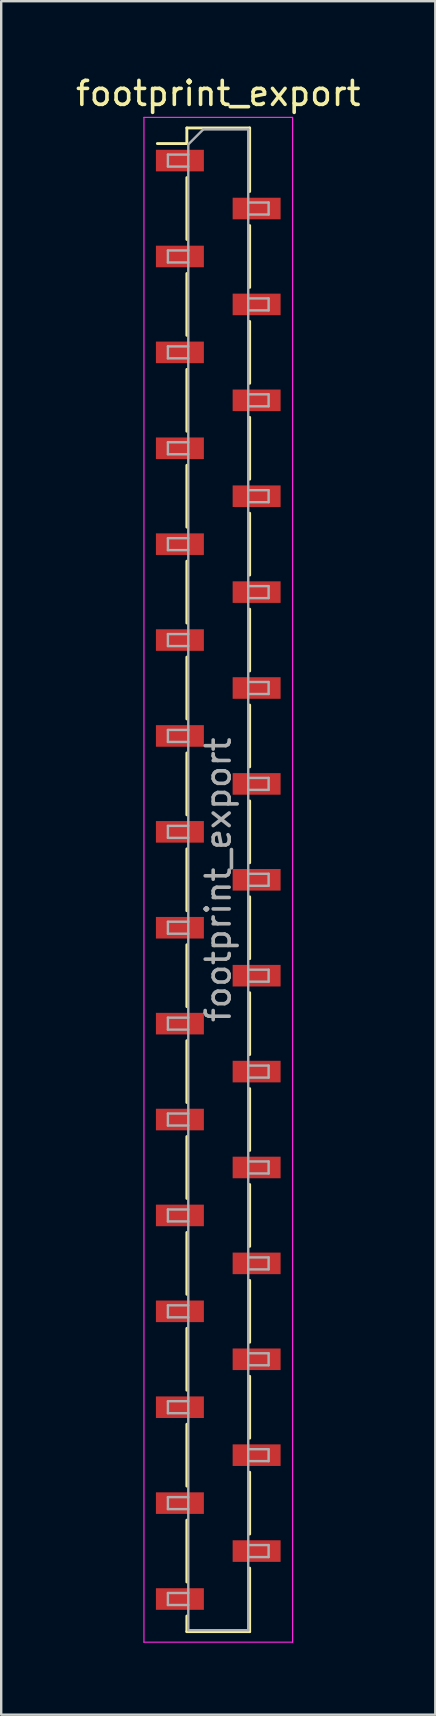
<source format=kicad_pcb>
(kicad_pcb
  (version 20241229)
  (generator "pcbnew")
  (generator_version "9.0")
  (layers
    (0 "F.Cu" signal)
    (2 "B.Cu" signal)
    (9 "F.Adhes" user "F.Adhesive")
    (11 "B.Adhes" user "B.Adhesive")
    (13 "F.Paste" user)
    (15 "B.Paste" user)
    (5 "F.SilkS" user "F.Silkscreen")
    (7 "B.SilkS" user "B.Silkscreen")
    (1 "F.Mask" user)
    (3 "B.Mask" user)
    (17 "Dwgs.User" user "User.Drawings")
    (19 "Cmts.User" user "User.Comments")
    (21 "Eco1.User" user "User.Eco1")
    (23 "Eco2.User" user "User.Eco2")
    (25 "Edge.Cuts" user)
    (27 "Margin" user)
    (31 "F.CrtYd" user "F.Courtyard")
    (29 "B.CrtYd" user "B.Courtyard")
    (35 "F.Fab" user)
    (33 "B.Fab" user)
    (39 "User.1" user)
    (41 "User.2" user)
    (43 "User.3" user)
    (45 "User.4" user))
  (footprint "footprint_export"
    (layer "F.Cu")
    (at 6.054 33.648)
    (property "Reference" "footprint_export" (at 0 -32.8 0) (layer "F.SilkS") (effects (font (size 1 1) (thickness 0.15))))
    (attr smd)
    (fp_line (start -2.54 -30.71) (end -1.31 -30.71) (stroke (width 0.12) (type solid)) (layer "F.SilkS"))
    (fp_line (start -1.31 -31.36) (end -1.31 -30.71) (stroke (width 0.12) (type solid)) (layer "F.SilkS"))
    (fp_line (start -1.31 -31.36) (end 1.31 -31.36) (stroke (width 0.12) (type solid)) (layer "F.SilkS"))
    (fp_line (start -1.31 -29.29) (end -1.31 -26.71) (stroke (width 0.12) (type solid)) (layer "F.SilkS"))
    (fp_line (start -1.31 -25.29) (end -1.31 -22.71) (stroke (width 0.12) (type solid)) (layer "F.SilkS"))
    (fp_line (start -1.31 -21.29) (end -1.31 -18.71) (stroke (width 0.12) (type solid)) (layer "F.SilkS"))
    (fp_line (start -1.31 -17.29) (end -1.31 -14.71) (stroke (width 0.12) (type solid)) (layer "F.SilkS"))
    (fp_line (start -1.31 -13.29) (end -1.31 -10.71) (stroke (width 0.12) (type solid)) (layer "F.SilkS"))
    (fp_line (start -1.31 -9.29) (end -1.31 -6.71) (stroke (width 0.12) (type solid)) (layer "F.SilkS"))
    (fp_line (start -1.31 -5.29) (end -1.31 -2.71) (stroke (width 0.12) (type solid)) (layer "F.SilkS"))
    (fp_line (start -1.31 -1.29) (end -1.31 1.29) (stroke (width 0.12) (type solid)) (layer "F.SilkS"))
    (fp_line (start -1.31 2.71) (end -1.31 5.29) (stroke (width 0.12) (type solid)) (layer "F.SilkS"))
    (fp_line (start -1.31 6.71) (end -1.31 9.29) (stroke (width 0.12) (type solid)) (layer "F.SilkS"))
    (fp_line (start -1.31 10.71) (end -1.31 13.29) (stroke (width 0.12) (type solid)) (layer "F.SilkS"))
    (fp_line (start -1.31 14.71) (end -1.31 17.29) (stroke (width 0.12) (type solid)) (layer "F.SilkS"))
    (fp_line (start -1.31 18.71) (end -1.31 21.29) (stroke (width 0.12) (type solid)) (layer "F.SilkS"))
    (fp_line (start -1.31 22.71) (end -1.31 25.29) (stroke (width 0.12) (type solid)) (layer "F.SilkS"))
    (fp_line (start -1.31 26.71) (end -1.31 29.29) (stroke (width 0.12) (type solid)) (layer "F.SilkS"))
    (fp_line (start -1.31 30.71) (end -1.31 31.36) (stroke (width 0.12) (type solid)) (layer "F.SilkS"))
    (fp_line (start -1.31 31.36) (end 1.31 31.36) (stroke (width 0.12) (type solid)) (layer "F.SilkS"))
    (fp_line (start 1.31 -31.36) (end 1.31 -28.71) (stroke (width 0.12) (type solid)) (layer "F.SilkS"))
    (fp_line (start 1.31 -27.29) (end 1.31 -24.71) (stroke (width 0.12) (type solid)) (layer "F.SilkS"))
    (fp_line (start 1.31 -23.29) (end 1.31 -20.71) (stroke (width 0.12) (type solid)) (layer "F.SilkS"))
    (fp_line (start 1.31 -19.29) (end 1.31 -16.71) (stroke (width 0.12) (type solid)) (layer "F.SilkS"))
    (fp_line (start 1.31 -15.29) (end 1.31 -12.71) (stroke (width 0.12) (type solid)) (layer "F.SilkS"))
    (fp_line (start 1.31 -11.29) (end 1.31 -8.71) (stroke (width 0.12) (type solid)) (layer "F.SilkS"))
    (fp_line (start 1.31 -7.29) (end 1.31 -4.71) (stroke (width 0.12) (type solid)) (layer "F.SilkS"))
    (fp_line (start 1.31 -3.29) (end 1.31 -0.71) (stroke (width 0.12) (type solid)) (layer "F.SilkS"))
    (fp_line (start 1.31 0.71) (end 1.31 3.29) (stroke (width 0.12) (type solid)) (layer "F.SilkS"))
    (fp_line (start 1.31 4.71) (end 1.31 7.29) (stroke (width 0.12) (type solid)) (layer "F.SilkS"))
    (fp_line (start 1.31 8.71) (end 1.31 11.29) (stroke (width 0.12) (type solid)) (layer "F.SilkS"))
    (fp_line (start 1.31 12.71) (end 1.31 15.29) (stroke (width 0.12) (type solid)) (layer "F.SilkS"))
    (fp_line (start 1.31 16.71) (end 1.31 19.29) (stroke (width 0.12) (type solid)) (layer "F.SilkS"))
    (fp_line (start 1.31 20.71) (end 1.31 23.29) (stroke (width 0.12) (type solid)) (layer "F.SilkS"))
    (fp_line (start 1.31 24.71) (end 1.31 27.29) (stroke (width 0.12) (type solid)) (layer "F.SilkS"))
    (fp_line (start 1.31 28.71) (end 1.31 31.36) (stroke (width 0.12) (type solid)) (layer "F.SilkS"))
    (fp_line (start -3.1 -31.8) (end 3.1 -31.8) (stroke (width 0.05) (type solid)) (layer "F.CrtYd"))
    (fp_line (start -3.1 31.8) (end -3.1 -31.8) (stroke (width 0.05) (type solid)) (layer "F.CrtYd"))
    (fp_line (start 3.1 -31.8) (end 3.1 31.8) (stroke (width 0.05) (type solid)) (layer "F.CrtYd"))
    (fp_line (start 3.1 31.8) (end -3.1 31.8) (stroke (width 0.05) (type solid)) (layer "F.CrtYd"))
    (fp_line (start -2.1 -30.25) (end -1.25 -30.25) (stroke (width 0.1) (type solid)) (layer "F.Fab"))
    (fp_line (start -2.1 -29.75) (end -2.1 -30.25) (stroke (width 0.1) (type solid)) (layer "F.Fab"))
    (fp_line (start -2.1 -26.25) (end -1.25 -26.25) (stroke (width 0.1) (type solid)) (layer "F.Fab"))
    (fp_line (start -2.1 -25.75) (end -2.1 -26.25) (stroke (width 0.1) (type solid)) (layer "F.Fab"))
    (fp_line (start -2.1 -22.25) (end -1.25 -22.25) (stroke (width 0.1) (type solid)) (layer "F.Fab"))
    (fp_line (start -2.1 -21.75) (end -2.1 -22.25) (stroke (width 0.1) (type solid)) (layer "F.Fab"))
    (fp_line (start -2.1 -18.25) (end -1.25 -18.25) (stroke (width 0.1) (type solid)) (layer "F.Fab"))
    (fp_line (start -2.1 -17.75) (end -2.1 -18.25) (stroke (width 0.1) (type solid)) (layer "F.Fab"))
    (fp_line (start -2.1 -14.25) (end -1.25 -14.25) (stroke (width 0.1) (type solid)) (layer "F.Fab"))
    (fp_line (start -2.1 -13.75) (end -2.1 -14.25) (stroke (width 0.1) (type solid)) (layer "F.Fab"))
    (fp_line (start -2.1 -10.25) (end -1.25 -10.25) (stroke (width 0.1) (type solid)) (layer "F.Fab"))
    (fp_line (start -2.1 -9.75) (end -2.1 -10.25) (stroke (width 0.1) (type solid)) (layer "F.Fab"))
    (fp_line (start -2.1 -6.25) (end -1.25 -6.25) (stroke (width 0.1) (type solid)) (layer "F.Fab"))
    (fp_line (start -2.1 -5.75) (end -2.1 -6.25) (stroke (width 0.1) (type solid)) (layer "F.Fab"))
    (fp_line (start -2.1 -2.25) (end -1.25 -2.25) (stroke (width 0.1) (type solid)) (layer "F.Fab"))
    (fp_line (start -2.1 -1.75) (end -2.1 -2.25) (stroke (width 0.1) (type solid)) (layer "F.Fab"))
    (fp_line (start -2.1 1.75) (end -1.25 1.75) (stroke (width 0.1) (type solid)) (layer "F.Fab"))
    (fp_line (start -2.1 2.25) (end -2.1 1.75) (stroke (width 0.1) (type solid)) (layer "F.Fab"))
    (fp_line (start -2.1 5.75) (end -1.25 5.75) (stroke (width 0.1) (type solid)) (layer "F.Fab"))
    (fp_line (start -2.1 6.25) (end -2.1 5.75) (stroke (width 0.1) (type solid)) (layer "F.Fab"))
    (fp_line (start -2.1 9.75) (end -1.25 9.75) (stroke (width 0.1) (type solid)) (layer "F.Fab"))
    (fp_line (start -2.1 10.25) (end -2.1 9.75) (stroke (width 0.1) (type solid)) (layer "F.Fab"))
    (fp_line (start -2.1 13.75) (end -1.25 13.75) (stroke (width 0.1) (type solid)) (layer "F.Fab"))
    (fp_line (start -2.1 14.25) (end -2.1 13.75) (stroke (width 0.1) (type solid)) (layer "F.Fab"))
    (fp_line (start -2.1 17.75) (end -1.25 17.75) (stroke (width 0.1) (type solid)) (layer "F.Fab"))
    (fp_line (start -2.1 18.25) (end -2.1 17.75) (stroke (width 0.1) (type solid)) (layer "F.Fab"))
    (fp_line (start -2.1 21.75) (end -1.25 21.75) (stroke (width 0.1) (type solid)) (layer "F.Fab"))
    (fp_line (start -2.1 22.25) (end -2.1 21.75) (stroke (width 0.1) (type solid)) (layer "F.Fab"))
    (fp_line (start -2.1 25.75) (end -1.25 25.75) (stroke (width 0.1) (type solid)) (layer "F.Fab"))
    (fp_line (start -2.1 26.25) (end -2.1 25.75) (stroke (width 0.1) (type solid)) (layer "F.Fab"))
    (fp_line (start -2.1 29.75) (end -1.25 29.75) (stroke (width 0.1) (type solid)) (layer "F.Fab"))
    (fp_line (start -2.1 30.25) (end -2.1 29.75) (stroke (width 0.1) (type solid)) (layer "F.Fab"))
    (fp_line (start -1.25 -30.675) (end -0.625 -31.3) (stroke (width 0.1) (type solid)) (layer "F.Fab"))
    (fp_line (start -1.25 -29.75) (end -2.1 -29.75) (stroke (width 0.1) (type solid)) (layer "F.Fab"))
    (fp_line (start -1.25 -25.75) (end -2.1 -25.75) (stroke (width 0.1) (type solid)) (layer "F.Fab"))
    (fp_line (start -1.25 -21.75) (end -2.1 -21.75) (stroke (width 0.1) (type solid)) (layer "F.Fab"))
    (fp_line (start -1.25 -17.75) (end -2.1 -17.75) (stroke (width 0.1) (type solid)) (layer "F.Fab"))
    (fp_line (start -1.25 -13.75) (end -2.1 -13.75) (stroke (width 0.1) (type solid)) (layer "F.Fab"))
    (fp_line (start -1.25 -9.75) (end -2.1 -9.75) (stroke (width 0.1) (type solid)) (layer "F.Fab"))
    (fp_line (start -1.25 -5.75) (end -2.1 -5.75) (stroke (width 0.1) (type solid)) (layer "F.Fab"))
    (fp_line (start -1.25 -1.75) (end -2.1 -1.75) (stroke (width 0.1) (type solid)) (layer "F.Fab"))
    (fp_line (start -1.25 2.25) (end -2.1 2.25) (stroke (width 0.1) (type solid)) (layer "F.Fab"))
    (fp_line (start -1.25 6.25) (end -2.1 6.25) (stroke (width 0.1) (type solid)) (layer "F.Fab"))
    (fp_line (start -1.25 10.25) (end -2.1 10.25) (stroke (width 0.1) (type solid)) (layer "F.Fab"))
    (fp_line (start -1.25 14.25) (end -2.1 14.25) (stroke (width 0.1) (type solid)) (layer "F.Fab"))
    (fp_line (start -1.25 18.25) (end -2.1 18.25) (stroke (width 0.1) (type solid)) (layer "F.Fab"))
    (fp_line (start -1.25 22.25) (end -2.1 22.25) (stroke (width 0.1) (type solid)) (layer "F.Fab"))
    (fp_line (start -1.25 26.25) (end -2.1 26.25) (stroke (width 0.1) (type solid)) (layer "F.Fab"))
    (fp_line (start -1.25 30.25) (end -2.1 30.25) (stroke (width 0.1) (type solid)) (layer "F.Fab"))
    (fp_line (start -1.25 31.3) (end -1.25 -30.675) (stroke (width 0.1) (type solid)) (layer "F.Fab"))
    (fp_line (start -0.625 -31.3) (end 1.25 -31.3) (stroke (width 0.1) (type solid)) (layer "F.Fab"))
    (fp_line (start 1.25 -31.3) (end 1.25 31.3) (stroke (width 0.1) (type solid)) (layer "F.Fab"))
    (fp_line (start 1.25 -28.25) (end 2.1 -28.25) (stroke (width 0.1) (type solid)) (layer "F.Fab"))
    (fp_line (start 1.25 -24.25) (end 2.1 -24.25) (stroke (width 0.1) (type solid)) (layer "F.Fab"))
    (fp_line (start 1.25 -20.25) (end 2.1 -20.25) (stroke (width 0.1) (type solid)) (layer "F.Fab"))
    (fp_line (start 1.25 -16.25) (end 2.1 -16.25) (stroke (width 0.1) (type solid)) (layer "F.Fab"))
    (fp_line (start 1.25 -12.25) (end 2.1 -12.25) (stroke (width 0.1) (type solid)) (layer "F.Fab"))
    (fp_line (start 1.25 -8.25) (end 2.1 -8.25) (stroke (width 0.1) (type solid)) (layer "F.Fab"))
    (fp_line (start 1.25 -4.25) (end 2.1 -4.25) (stroke (width 0.1) (type solid)) (layer "F.Fab"))
    (fp_line (start 1.25 -0.25) (end 2.1 -0.25) (stroke (width 0.1) (type solid)) (layer "F.Fab"))
    (fp_line (start 1.25 3.75) (end 2.1 3.75) (stroke (width 0.1) (type solid)) (layer "F.Fab"))
    (fp_line (start 1.25 7.75) (end 2.1 7.75) (stroke (width 0.1) (type solid)) (layer "F.Fab"))
    (fp_line (start 1.25 11.75) (end 2.1 11.75) (stroke (width 0.1) (type solid)) (layer "F.Fab"))
    (fp_line (start 1.25 15.75) (end 2.1 15.75) (stroke (width 0.1) (type solid)) (layer "F.Fab"))
    (fp_line (start 1.25 19.75) (end 2.1 19.75) (stroke (width 0.1) (type solid)) (layer "F.Fab"))
    (fp_line (start 1.25 23.75) (end 2.1 23.75) (stroke (width 0.1) (type solid)) (layer "F.Fab"))
    (fp_line (start 1.25 27.75) (end 2.1 27.75) (stroke (width 0.1) (type solid)) (layer "F.Fab"))
    (fp_line (start 1.25 31.3) (end -1.25 31.3) (stroke (width 0.1) (type solid)) (layer "F.Fab"))
    (fp_line (start 2.1 -28.25) (end 2.1 -27.75) (stroke (width 0.1) (type solid)) (layer "F.Fab"))
    (fp_line (start 2.1 -27.75) (end 1.25 -27.75) (stroke (width 0.1) (type solid)) (layer "F.Fab"))
    (fp_line (start 2.1 -24.25) (end 2.1 -23.75) (stroke (width 0.1) (type solid)) (layer "F.Fab"))
    (fp_line (start 2.1 -23.75) (end 1.25 -23.75) (stroke (width 0.1) (type solid)) (layer "F.Fab"))
    (fp_line (start 2.1 -20.25) (end 2.1 -19.75) (stroke (width 0.1) (type solid)) (layer "F.Fab"))
    (fp_line (start 2.1 -19.75) (end 1.25 -19.75) (stroke (width 0.1) (type solid)) (layer "F.Fab"))
    (fp_line (start 2.1 -16.25) (end 2.1 -15.75) (stroke (width 0.1) (type solid)) (layer "F.Fab"))
    (fp_line (start 2.1 -15.75) (end 1.25 -15.75) (stroke (width 0.1) (type solid)) (layer "F.Fab"))
    (fp_line (start 2.1 -12.25) (end 2.1 -11.75) (stroke (width 0.1) (type solid)) (layer "F.Fab"))
    (fp_line (start 2.1 -11.75) (end 1.25 -11.75) (stroke (width 0.1) (type solid)) (layer "F.Fab"))
    (fp_line (start 2.1 -8.25) (end 2.1 -7.75) (stroke (width 0.1) (type solid)) (layer "F.Fab"))
    (fp_line (start 2.1 -7.75) (end 1.25 -7.75) (stroke (width 0.1) (type solid)) (layer "F.Fab"))
    (fp_line (start 2.1 -4.25) (end 2.1 -3.75) (stroke (width 0.1) (type solid)) (layer "F.Fab"))
    (fp_line (start 2.1 -3.75) (end 1.25 -3.75) (stroke (width 0.1) (type solid)) (layer "F.Fab"))
    (fp_line (start 2.1 -0.25) (end 2.1 0.25) (stroke (width 0.1) (type solid)) (layer "F.Fab"))
    (fp_line (start 2.1 0.25) (end 1.25 0.25) (stroke (width 0.1) (type solid)) (layer "F.Fab"))
    (fp_line (start 2.1 3.75) (end 2.1 4.25) (stroke (width 0.1) (type solid)) (layer "F.Fab"))
    (fp_line (start 2.1 4.25) (end 1.25 4.25) (stroke (width 0.1) (type solid)) (layer "F.Fab"))
    (fp_line (start 2.1 7.75) (end 2.1 8.25) (stroke (width 0.1) (type solid)) (layer "F.Fab"))
    (fp_line (start 2.1 8.25) (end 1.25 8.25) (stroke (width 0.1) (type solid)) (layer "F.Fab"))
    (fp_line (start 2.1 11.75) (end 2.1 12.25) (stroke (width 0.1) (type solid)) (layer "F.Fab"))
    (fp_line (start 2.1 12.25) (end 1.25 12.25) (stroke (width 0.1) (type solid)) (layer "F.Fab"))
    (fp_line (start 2.1 15.75) (end 2.1 16.25) (stroke (width 0.1) (type solid)) (layer "F.Fab"))
    (fp_line (start 2.1 16.25) (end 1.25 16.25) (stroke (width 0.1) (type solid)) (layer "F.Fab"))
    (fp_line (start 2.1 19.75) (end 2.1 20.25) (stroke (width 0.1) (type solid)) (layer "F.Fab"))
    (fp_line (start 2.1 20.25) (end 1.25 20.25) (stroke (width 0.1) (type solid)) (layer "F.Fab"))
    (fp_line (start 2.1 23.75) (end 2.1 24.25) (stroke (width 0.1) (type solid)) (layer "F.Fab"))
    (fp_line (start 2.1 24.25) (end 1.25 24.25) (stroke (width 0.1) (type solid)) (layer "F.Fab"))
    (fp_line (start 2.1 27.75) (end 2.1 28.25) (stroke (width 0.1) (type solid)) (layer "F.Fab"))
    (fp_line (start 2.1 28.25) (end 1.25 28.25) (stroke (width 0.1) (type solid)) (layer "F.Fab"))
    (fp_text user "${REFERENCE}" (at 0 0 90) (layer "F.Fab") (effects (font (size 1 1) (thickness 0.15))))
    (pad "1" smd rect (at -1.6 -30) (size 2 0.9) (layers "F.Cu" "F.Mask" "F.Paste"))
    (pad "2" smd rect (at 1.6 -28) (size 2 0.9) (layers "F.Cu" "F.Mask" "F.Paste"))
    (pad "3" smd rect (at -1.6 -26) (size 2 0.9) (layers "F.Cu" "F.Mask" "F.Paste"))
    (pad "4" smd rect (at 1.6 -24) (size 2 0.9) (layers "F.Cu" "F.Mask" "F.Paste"))
    (pad "5" smd rect (at -1.6 -22) (size 2 0.9) (layers "F.Cu" "F.Mask" "F.Paste"))
    (pad "6" smd rect (at 1.6 -20) (size 2 0.9) (layers "F.Cu" "F.Mask" "F.Paste"))
    (pad "7" smd rect (at -1.6 -18) (size 2 0.9) (layers "F.Cu" "F.Mask" "F.Paste"))
    (pad "8" smd rect (at 1.6 -16) (size 2 0.9) (layers "F.Cu" "F.Mask" "F.Paste"))
    (pad "9" smd rect (at -1.6 -14) (size 2 0.9) (layers "F.Cu" "F.Mask" "F.Paste"))
    (pad "10" smd rect (at 1.6 -12) (size 2 0.9) (layers "F.Cu" "F.Mask" "F.Paste"))
    (pad "11" smd rect (at -1.6 -10) (size 2 0.9) (layers "F.Cu" "F.Mask" "F.Paste"))
    (pad "12" smd rect (at 1.6 -8) (size 2 0.9) (layers "F.Cu" "F.Mask" "F.Paste"))
    (pad "13" smd rect (at -1.6 -6) (size 2 0.9) (layers "F.Cu" "F.Mask" "F.Paste"))
    (pad "14" smd rect (at 1.6 -4) (size 2 0.9) (layers "F.Cu" "F.Mask" "F.Paste"))
    (pad "15" smd rect (at -1.6 -2) (size 2 0.9) (layers "F.Cu" "F.Mask" "F.Paste"))
    (pad "16" smd rect (at 1.6 0) (size 2 0.9) (layers "F.Cu" "F.Mask" "F.Paste"))
    (pad "17" smd rect (at -1.6 2) (size 2 0.9) (layers "F.Cu" "F.Mask" "F.Paste"))
    (pad "18" smd rect (at 1.6 4) (size 2 0.9) (layers "F.Cu" "F.Mask" "F.Paste"))
    (pad "19" smd rect (at -1.6 6) (size 2 0.9) (layers "F.Cu" "F.Mask" "F.Paste"))
    (pad "20" smd rect (at 1.6 8) (size 2 0.9) (layers "F.Cu" "F.Mask" "F.Paste"))
    (pad "21" smd rect (at -1.6 10) (size 2 0.9) (layers "F.Cu" "F.Mask" "F.Paste"))
    (pad "22" smd rect (at 1.6 12) (size 2 0.9) (layers "F.Cu" "F.Mask" "F.Paste"))
    (pad "23" smd rect (at -1.6 14) (size 2 0.9) (layers "F.Cu" "F.Mask" "F.Paste"))
    (pad "24" smd rect (at 1.6 16) (size 2 0.9) (layers "F.Cu" "F.Mask" "F.Paste"))
    (pad "25" smd rect (at -1.6 18) (size 2 0.9) (layers "F.Cu" "F.Mask" "F.Paste"))
    (pad "26" smd rect (at 1.6 20) (size 2 0.9) (layers "F.Cu" "F.Mask" "F.Paste"))
    (pad "27" smd rect (at -1.6 22) (size 2 0.9) (layers "F.Cu" "F.Mask" "F.Paste"))
    (pad "28" smd rect (at 1.6 24) (size 2 0.9) (layers "F.Cu" "F.Mask" "F.Paste"))
    (pad "29" smd rect (at -1.6 26) (size 2 0.9) (layers "F.Cu" "F.Mask" "F.Paste"))
    (pad "30" smd rect (at 1.6 28) (size 2 0.9) (layers "F.Cu" "F.Mask" "F.Paste"))
    (pad "31" smd rect (at -1.6 30) (size 2 0.9) (layers "F.Cu" "F.Mask" "F.Paste")))
  (gr_rect
    (start -3 -3)
    (end 15.107 68.473)
    (stroke (width 0.1) (type default))
    (fill no)
    (layer "Edge.Cuts")))
</source>
